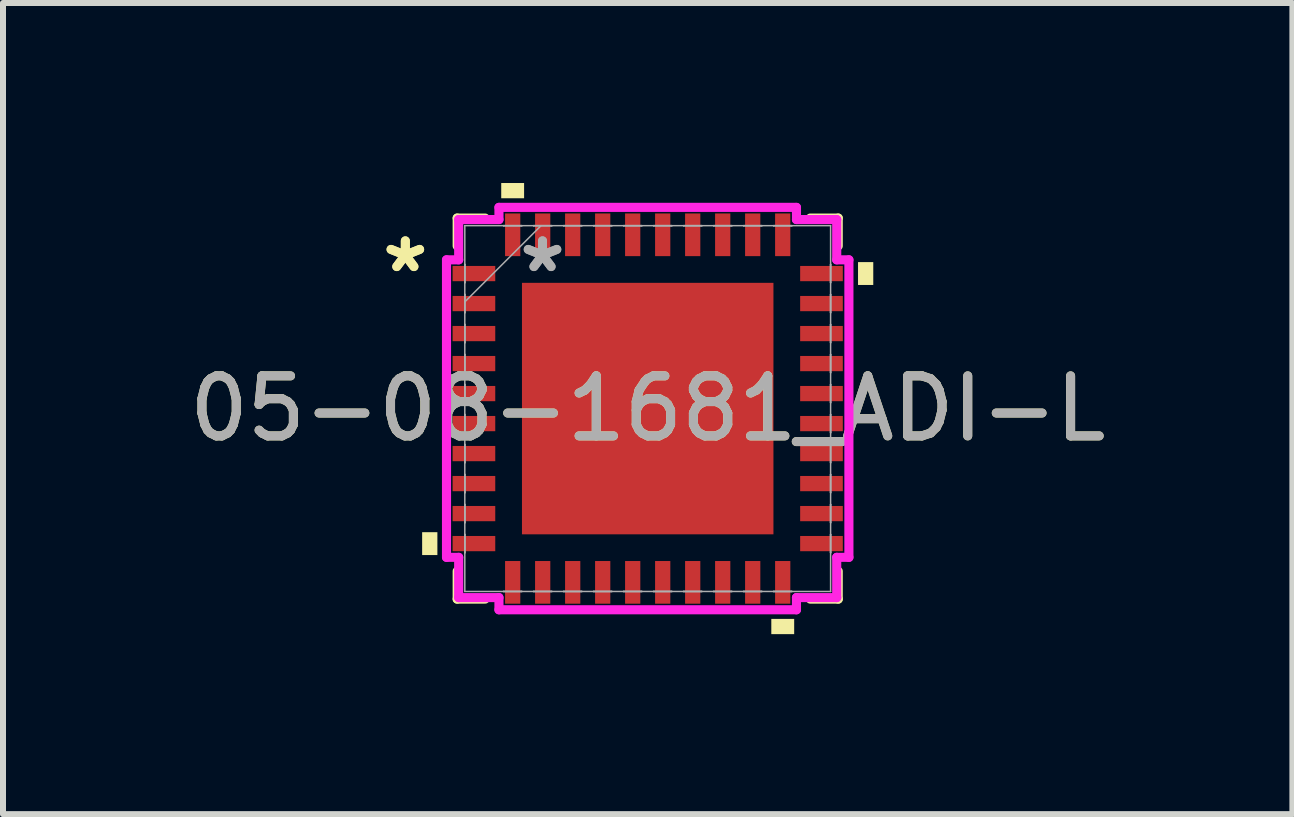
<source format=kicad_pcb>
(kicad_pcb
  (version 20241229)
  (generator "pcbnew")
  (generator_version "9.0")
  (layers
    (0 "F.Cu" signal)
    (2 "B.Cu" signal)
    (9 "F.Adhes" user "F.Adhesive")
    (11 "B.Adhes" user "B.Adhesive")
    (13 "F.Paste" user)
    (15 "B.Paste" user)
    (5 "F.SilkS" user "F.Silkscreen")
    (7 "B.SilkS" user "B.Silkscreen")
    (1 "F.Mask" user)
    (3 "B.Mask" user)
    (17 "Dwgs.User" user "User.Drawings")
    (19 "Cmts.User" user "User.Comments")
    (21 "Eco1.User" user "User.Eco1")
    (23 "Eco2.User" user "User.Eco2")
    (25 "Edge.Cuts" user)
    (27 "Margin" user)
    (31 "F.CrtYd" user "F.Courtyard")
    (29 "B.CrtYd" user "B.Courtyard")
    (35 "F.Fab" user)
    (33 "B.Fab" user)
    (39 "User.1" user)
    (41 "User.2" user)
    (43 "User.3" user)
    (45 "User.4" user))
  (footprint "05-08-1681_ADI-L"
    (layer "F.Cu")
    (at 7.744 3.759)
    (property "Reference" "05-08-1681_ADI-L" (at 0 0 0) (unlocked yes) (layer "F.SilkS") (effects (font (size 1 1) (thickness 0.15))))
    (attr smd)
    (fp_line (start -3.175 -3.175) (end -3.175 -2.71) (stroke (width 0.152) (type solid)) (layer "F.SilkS"))
    (fp_line (start -3.175 2.71) (end -3.175 3.175) (stroke (width 0.152) (type solid)) (layer "F.SilkS"))
    (fp_line (start -3.175 3.175) (end -2.71 3.175) (stroke (width 0.152) (type solid)) (layer "F.SilkS"))
    (fp_line (start -2.71 -3.175) (end -3.175 -3.175) (stroke (width 0.152) (type solid)) (layer "F.SilkS"))
    (fp_line (start 2.71 3.175) (end 3.175 3.175) (stroke (width 0.152) (type solid)) (layer "F.SilkS"))
    (fp_line (start 3.175 -3.175) (end 2.71 -3.175) (stroke (width 0.152) (type solid)) (layer "F.SilkS"))
    (fp_line (start 3.175 -2.71) (end 3.175 -3.175) (stroke (width 0.152) (type solid)) (layer "F.SilkS"))
    (fp_line (start 3.175 3.175) (end 3.175 2.71) (stroke (width 0.152) (type solid)) (layer "F.SilkS"))
    (fp_poly (pts (xy -3.759 2.06) (xy -3.759 2.441) (xy -3.505 2.441) (xy -3.505 2.06)) (stroke (width 0) (type solid)) (fill yes) (layer "F.SilkS"))
    (fp_poly (pts (xy -2.441 -3.505) (xy -2.441 -3.759) (xy -2.06 -3.759) (xy -2.06 -3.505)) (stroke (width 0) (type solid)) (fill yes) (layer "F.SilkS"))
    (fp_poly (pts (xy 2.06 3.505) (xy 2.06 3.759) (xy 2.441 3.759) (xy 2.441 3.505)) (stroke (width 0) (type solid)) (fill yes) (layer "F.SilkS"))
    (fp_poly (pts (xy 3.759 -2.441) (xy 3.759 -2.06) (xy 3.505 -2.06) (xy 3.505 -2.441)) (stroke (width 0) (type solid)) (fill yes) (layer "F.SilkS"))
    (fp_line (start -3.353 -2.479) (end -3.15 -2.479) (stroke (width 0.152) (type solid)) (layer "F.CrtYd"))
    (fp_line (start -3.353 2.479) (end -3.353 -2.479) (stroke (width 0.152) (type solid)) (layer "F.CrtYd"))
    (fp_line (start -3.15 -3.15) (end -2.479 -3.15) (stroke (width 0.152) (type solid)) (layer "F.CrtYd"))
    (fp_line (start -3.15 -2.479) (end -3.15 -3.15) (stroke (width 0.152) (type solid)) (layer "F.CrtYd"))
    (fp_line (start -3.15 2.479) (end -3.353 2.479) (stroke (width 0.152) (type solid)) (layer "F.CrtYd"))
    (fp_line (start -3.15 3.15) (end -3.15 2.479) (stroke (width 0.152) (type solid)) (layer "F.CrtYd"))
    (fp_line (start -2.479 -3.353) (end 2.479 -3.353) (stroke (width 0.152) (type solid)) (layer "F.CrtYd"))
    (fp_line (start -2.479 -3.15) (end -2.479 -3.353) (stroke (width 0.152) (type solid)) (layer "F.CrtYd"))
    (fp_line (start -2.479 3.15) (end -3.15 3.15) (stroke (width 0.152) (type solid)) (layer "F.CrtYd"))
    (fp_line (start -2.479 3.353) (end -2.479 3.15) (stroke (width 0.152) (type solid)) (layer "F.CrtYd"))
    (fp_line (start 2.479 -3.353) (end 2.479 -3.15) (stroke (width 0.152) (type solid)) (layer "F.CrtYd"))
    (fp_line (start 2.479 -3.15) (end 3.15 -3.15) (stroke (width 0.152) (type solid)) (layer "F.CrtYd"))
    (fp_line (start 2.479 3.15) (end 2.479 3.353) (stroke (width 0.152) (type solid)) (layer "F.CrtYd"))
    (fp_line (start 2.479 3.353) (end -2.479 3.353) (stroke (width 0.152) (type solid)) (layer "F.CrtYd"))
    (fp_line (start 3.15 -3.15) (end 3.15 -2.479) (stroke (width 0.152) (type solid)) (layer "F.CrtYd"))
    (fp_line (start 3.15 -2.479) (end 3.353 -2.479) (stroke (width 0.152) (type solid)) (layer "F.CrtYd"))
    (fp_line (start 3.15 2.479) (end 3.15 3.15) (stroke (width 0.152) (type solid)) (layer "F.CrtYd"))
    (fp_line (start 3.15 3.15) (end 2.479 3.15) (stroke (width 0.152) (type solid)) (layer "F.CrtYd"))
    (fp_line (start 3.353 -2.479) (end 3.353 2.479) (stroke (width 0.152) (type solid)) (layer "F.CrtYd"))
    (fp_line (start 3.353 2.479) (end 3.15 2.479) (stroke (width 0.152) (type solid)) (layer "F.CrtYd"))
    (fp_line (start -3.048 -3.048) (end -3.048 3.048) (stroke (width 0.025) (type solid)) (layer "F.Fab"))
    (fp_line (start -3.048 -2.402) (end -3.048 -2.402) (stroke (width 0.025) (type solid)) (layer "F.Fab"))
    (fp_line (start -3.048 -2.402) (end -3.048 -2.098) (stroke (width 0.025) (type solid)) (layer "F.Fab"))
    (fp_line (start -3.048 -2.098) (end -3.048 -2.402) (stroke (width 0.025) (type solid)) (layer "F.Fab"))
    (fp_line (start -3.048 -2.098) (end -3.048 -2.098) (stroke (width 0.025) (type solid)) (layer "F.Fab"))
    (fp_line (start -3.048 -1.902) (end -3.048 -1.902) (stroke (width 0.025) (type solid)) (layer "F.Fab"))
    (fp_line (start -3.048 -1.902) (end -3.048 -1.598) (stroke (width 0.025) (type solid)) (layer "F.Fab"))
    (fp_line (start -3.048 -1.778) (end -1.778 -3.048) (stroke (width 0.025) (type solid)) (layer "F.Fab"))
    (fp_line (start -3.048 -1.598) (end -3.048 -1.902) (stroke (width 0.025) (type solid)) (layer "F.Fab"))
    (fp_line (start -3.048 -1.598) (end -3.048 -1.598) (stroke (width 0.025) (type solid)) (layer "F.Fab"))
    (fp_line (start -3.048 -1.402) (end -3.048 -1.402) (stroke (width 0.025) (type solid)) (layer "F.Fab"))
    (fp_line (start -3.048 -1.402) (end -3.048 -1.098) (stroke (width 0.025) (type solid)) (layer "F.Fab"))
    (fp_line (start -3.048 -1.098) (end -3.048 -1.402) (stroke (width 0.025) (type solid)) (layer "F.Fab"))
    (fp_line (start -3.048 -1.098) (end -3.048 -1.098) (stroke (width 0.025) (type solid)) (layer "F.Fab"))
    (fp_line (start -3.048 -0.902) (end -3.048 -0.902) (stroke (width 0.025) (type solid)) (layer "F.Fab"))
    (fp_line (start -3.048 -0.902) (end -3.048 -0.598) (stroke (width 0.025) (type solid)) (layer "F.Fab"))
    (fp_line (start -3.048 -0.598) (end -3.048 -0.902) (stroke (width 0.025) (type solid)) (layer "F.Fab"))
    (fp_line (start -3.048 -0.598) (end -3.048 -0.598) (stroke (width 0.025) (type solid)) (layer "F.Fab"))
    (fp_line (start -3.048 -0.402) (end -3.048 -0.402) (stroke (width 0.025) (type solid)) (layer "F.Fab"))
    (fp_line (start -3.048 -0.402) (end -3.048 -0.098) (stroke (width 0.025) (type solid)) (layer "F.Fab"))
    (fp_line (start -3.048 -0.098) (end -3.048 -0.402) (stroke (width 0.025) (type solid)) (layer "F.Fab"))
    (fp_line (start -3.048 -0.098) (end -3.048 -0.098) (stroke (width 0.025) (type solid)) (layer "F.Fab"))
    (fp_line (start -3.048 0.098) (end -3.048 0.098) (stroke (width 0.025) (type solid)) (layer "F.Fab"))
    (fp_line (start -3.048 0.098) (end -3.048 0.402) (stroke (width 0.025) (type solid)) (layer "F.Fab"))
    (fp_line (start -3.048 0.402) (end -3.048 0.098) (stroke (width 0.025) (type solid)) (layer "F.Fab"))
    (fp_line (start -3.048 0.402) (end -3.048 0.402) (stroke (width 0.025) (type solid)) (layer "F.Fab"))
    (fp_line (start -3.048 0.598) (end -3.048 0.598) (stroke (width 0.025) (type solid)) (layer "F.Fab"))
    (fp_line (start -3.048 0.598) (end -3.048 0.902) (stroke (width 0.025) (type solid)) (layer "F.Fab"))
    (fp_line (start -3.048 0.902) (end -3.048 0.598) (stroke (width 0.025) (type solid)) (layer "F.Fab"))
    (fp_line (start -3.048 0.902) (end -3.048 0.902) (stroke (width 0.025) (type solid)) (layer "F.Fab"))
    (fp_line (start -3.048 1.098) (end -3.048 1.098) (stroke (width 0.025) (type solid)) (layer "F.Fab"))
    (fp_line (start -3.048 1.098) (end -3.048 1.402) (stroke (width 0.025) (type solid)) (layer "F.Fab"))
    (fp_line (start -3.048 1.402) (end -3.048 1.098) (stroke (width 0.025) (type solid)) (layer "F.Fab"))
    (fp_line (start -3.048 1.402) (end -3.048 1.402) (stroke (width 0.025) (type solid)) (layer "F.Fab"))
    (fp_line (start -3.048 1.598) (end -3.048 1.598) (stroke (width 0.025) (type solid)) (layer "F.Fab"))
    (fp_line (start -3.048 1.598) (end -3.048 1.902) (stroke (width 0.025) (type solid)) (layer "F.Fab"))
    (fp_line (start -3.048 1.902) (end -3.048 1.598) (stroke (width 0.025) (type solid)) (layer "F.Fab"))
    (fp_line (start -3.048 1.902) (end -3.048 1.902) (stroke (width 0.025) (type solid)) (layer "F.Fab"))
    (fp_line (start -3.048 2.098) (end -3.048 2.098) (stroke (width 0.025) (type solid)) (layer "F.Fab"))
    (fp_line (start -3.048 2.098) (end -3.048 2.402) (stroke (width 0.025) (type solid)) (layer "F.Fab"))
    (fp_line (start -3.048 2.402) (end -3.048 2.098) (stroke (width 0.025) (type solid)) (layer "F.Fab"))
    (fp_line (start -3.048 2.402) (end -3.048 2.402) (stroke (width 0.025) (type solid)) (layer "F.Fab"))
    (fp_line (start -3.048 3.048) (end 3.048 3.048) (stroke (width 0.025) (type solid)) (layer "F.Fab"))
    (fp_line (start -2.402 -3.048) (end -2.402 -3.048) (stroke (width 0.025) (type solid)) (layer "F.Fab"))
    (fp_line (start -2.402 -3.048) (end -2.098 -3.048) (stroke (width 0.025) (type solid)) (layer "F.Fab"))
    (fp_line (start -2.402 3.048) (end -2.402 3.048) (stroke (width 0.025) (type solid)) (layer "F.Fab"))
    (fp_line (start -2.402 3.048) (end -2.098 3.048) (stroke (width 0.025) (type solid)) (layer "F.Fab"))
    (fp_line (start -2.098 -3.048) (end -2.402 -3.048) (stroke (width 0.025) (type solid)) (layer "F.Fab"))
    (fp_line (start -2.098 -3.048) (end -2.098 -3.048) (stroke (width 0.025) (type solid)) (layer "F.Fab"))
    (fp_line (start -2.098 3.048) (end -2.402 3.048) (stroke (width 0.025) (type solid)) (layer "F.Fab"))
    (fp_line (start -2.098 3.048) (end -2.098 3.048) (stroke (width 0.025) (type solid)) (layer "F.Fab"))
    (fp_line (start -1.902 -3.048) (end -1.902 -3.048) (stroke (width 0.025) (type solid)) (layer "F.Fab"))
    (fp_line (start -1.902 -3.048) (end -1.598 -3.048) (stroke (width 0.025) (type solid)) (layer "F.Fab"))
    (fp_line (start -1.902 3.048) (end -1.902 3.048) (stroke (width 0.025) (type solid)) (layer "F.Fab"))
    (fp_line (start -1.902 3.048) (end -1.598 3.048) (stroke (width 0.025) (type solid)) (layer "F.Fab"))
    (fp_line (start -1.598 -3.048) (end -1.902 -3.048) (stroke (width 0.025) (type solid)) (layer "F.Fab"))
    (fp_line (start -1.598 -3.048) (end -1.598 -3.048) (stroke (width 0.025) (type solid)) (layer "F.Fab"))
    (fp_line (start -1.598 3.048) (end -1.902 3.048) (stroke (width 0.025) (type solid)) (layer "F.Fab"))
    (fp_line (start -1.598 3.048) (end -1.598 3.048) (stroke (width 0.025) (type solid)) (layer "F.Fab"))
    (fp_line (start -1.402 -3.048) (end -1.402 -3.048) (stroke (width 0.025) (type solid)) (layer "F.Fab"))
    (fp_line (start -1.402 -3.048) (end -1.098 -3.048) (stroke (width 0.025) (type solid)) (layer "F.Fab"))
    (fp_line (start -1.402 3.048) (end -1.402 3.048) (stroke (width 0.025) (type solid)) (layer "F.Fab"))
    (fp_line (start -1.402 3.048) (end -1.098 3.048) (stroke (width 0.025) (type solid)) (layer "F.Fab"))
    (fp_line (start -1.098 -3.048) (end -1.402 -3.048) (stroke (width 0.025) (type solid)) (layer "F.Fab"))
    (fp_line (start -1.098 -3.048) (end -1.098 -3.048) (stroke (width 0.025) (type solid)) (layer "F.Fab"))
    (fp_line (start -1.098 3.048) (end -1.402 3.048) (stroke (width 0.025) (type solid)) (layer "F.Fab"))
    (fp_line (start -1.098 3.048) (end -1.098 3.048) (stroke (width 0.025) (type solid)) (layer "F.Fab"))
    (fp_line (start -0.902 -3.048) (end -0.902 -3.048) (stroke (width 0.025) (type solid)) (layer "F.Fab"))
    (fp_line (start -0.902 -3.048) (end -0.598 -3.048) (stroke (width 0.025) (type solid)) (layer "F.Fab"))
    (fp_line (start -0.902 3.048) (end -0.902 3.048) (stroke (width 0.025) (type solid)) (layer "F.Fab"))
    (fp_line (start -0.902 3.048) (end -0.598 3.048) (stroke (width 0.025) (type solid)) (layer "F.Fab"))
    (fp_line (start -0.598 -3.048) (end -0.902 -3.048) (stroke (width 0.025) (type solid)) (layer "F.Fab"))
    (fp_line (start -0.598 -3.048) (end -0.598 -3.048) (stroke (width 0.025) (type solid)) (layer "F.Fab"))
    (fp_line (start -0.598 3.048) (end -0.902 3.048) (stroke (width 0.025) (type solid)) (layer "F.Fab"))
    (fp_line (start -0.598 3.048) (end -0.598 3.048) (stroke (width 0.025) (type solid)) (layer "F.Fab"))
    (fp_line (start -0.402 -3.048) (end -0.402 -3.048) (stroke (width 0.025) (type solid)) (layer "F.Fab"))
    (fp_line (start -0.402 -3.048) (end -0.098 -3.048) (stroke (width 0.025) (type solid)) (layer "F.Fab"))
    (fp_line (start -0.402 3.048) (end -0.402 3.048) (stroke (width 0.025) (type solid)) (layer "F.Fab"))
    (fp_line (start -0.402 3.048) (end -0.098 3.048) (stroke (width 0.025) (type solid)) (layer "F.Fab"))
    (fp_line (start -0.098 -3.048) (end -0.402 -3.048) (stroke (width 0.025) (type solid)) (layer "F.Fab"))
    (fp_line (start -0.098 -3.048) (end -0.098 -3.048) (stroke (width 0.025) (type solid)) (layer "F.Fab"))
    (fp_line (start -0.098 3.048) (end -0.402 3.048) (stroke (width 0.025) (type solid)) (layer "F.Fab"))
    (fp_line (start -0.098 3.048) (end -0.098 3.048) (stroke (width 0.025) (type solid)) (layer "F.Fab"))
    (fp_line (start 0.098 -3.048) (end 0.098 -3.048) (stroke (width 0.025) (type solid)) (layer "F.Fab"))
    (fp_line (start 0.098 -3.048) (end 0.402 -3.048) (stroke (width 0.025) (type solid)) (layer "F.Fab"))
    (fp_line (start 0.098 3.048) (end 0.098 3.048) (stroke (width 0.025) (type solid)) (layer "F.Fab"))
    (fp_line (start 0.098 3.048) (end 0.402 3.048) (stroke (width 0.025) (type solid)) (layer "F.Fab"))
    (fp_line (start 0.402 -3.048) (end 0.098 -3.048) (stroke (width 0.025) (type solid)) (layer "F.Fab"))
    (fp_line (start 0.402 -3.048) (end 0.402 -3.048) (stroke (width 0.025) (type solid)) (layer "F.Fab"))
    (fp_line (start 0.402 3.048) (end 0.098 3.048) (stroke (width 0.025) (type solid)) (layer "F.Fab"))
    (fp_line (start 0.402 3.048) (end 0.402 3.048) (stroke (width 0.025) (type solid)) (layer "F.Fab"))
    (fp_line (start 0.598 -3.048) (end 0.598 -3.048) (stroke (width 0.025) (type solid)) (layer "F.Fab"))
    (fp_line (start 0.598 -3.048) (end 0.902 -3.048) (stroke (width 0.025) (type solid)) (layer "F.Fab"))
    (fp_line (start 0.598 3.048) (end 0.598 3.048) (stroke (width 0.025) (type solid)) (layer "F.Fab"))
    (fp_line (start 0.598 3.048) (end 0.902 3.048) (stroke (width 0.025) (type solid)) (layer "F.Fab"))
    (fp_line (start 0.902 -3.048) (end 0.598 -3.048) (stroke (width 0.025) (type solid)) (layer "F.Fab"))
    (fp_line (start 0.902 -3.048) (end 0.902 -3.048) (stroke (width 0.025) (type solid)) (layer "F.Fab"))
    (fp_line (start 0.902 3.048) (end 0.598 3.048) (stroke (width 0.025) (type solid)) (layer "F.Fab"))
    (fp_line (start 0.902 3.048) (end 0.902 3.048) (stroke (width 0.025) (type solid)) (layer "F.Fab"))
    (fp_line (start 1.098 -3.048) (end 1.098 -3.048) (stroke (width 0.025) (type solid)) (layer "F.Fab"))
    (fp_line (start 1.098 -3.048) (end 1.402 -3.048) (stroke (width 0.025) (type solid)) (layer "F.Fab"))
    (fp_line (start 1.098 3.048) (end 1.098 3.048) (stroke (width 0.025) (type solid)) (layer "F.Fab"))
    (fp_line (start 1.098 3.048) (end 1.402 3.048) (stroke (width 0.025) (type solid)) (layer "F.Fab"))
    (fp_line (start 1.402 -3.048) (end 1.098 -3.048) (stroke (width 0.025) (type solid)) (layer "F.Fab"))
    (fp_line (start 1.402 -3.048) (end 1.402 -3.048) (stroke (width 0.025) (type solid)) (layer "F.Fab"))
    (fp_line (start 1.402 3.048) (end 1.098 3.048) (stroke (width 0.025) (type solid)) (layer "F.Fab"))
    (fp_line (start 1.402 3.048) (end 1.402 3.048) (stroke (width 0.025) (type solid)) (layer "F.Fab"))
    (fp_line (start 1.598 -3.048) (end 1.598 -3.048) (stroke (width 0.025) (type solid)) (layer "F.Fab"))
    (fp_line (start 1.598 -3.048) (end 1.902 -3.048) (stroke (width 0.025) (type solid)) (layer "F.Fab"))
    (fp_line (start 1.598 3.048) (end 1.598 3.048) (stroke (width 0.025) (type solid)) (layer "F.Fab"))
    (fp_line (start 1.598 3.048) (end 1.902 3.048) (stroke (width 0.025) (type solid)) (layer "F.Fab"))
    (fp_line (start 1.902 -3.048) (end 1.598 -3.048) (stroke (width 0.025) (type solid)) (layer "F.Fab"))
    (fp_line (start 1.902 -3.048) (end 1.902 -3.048) (stroke (width 0.025) (type solid)) (layer "F.Fab"))
    (fp_line (start 1.902 3.048) (end 1.598 3.048) (stroke (width 0.025) (type solid)) (layer "F.Fab"))
    (fp_line (start 1.902 3.048) (end 1.902 3.048) (stroke (width 0.025) (type solid)) (layer "F.Fab"))
    (fp_line (start 2.098 -3.048) (end 2.098 -3.048) (stroke (width 0.025) (type solid)) (layer "F.Fab"))
    (fp_line (start 2.098 -3.048) (end 2.402 -3.048) (stroke (width 0.025) (type solid)) (layer "F.Fab"))
    (fp_line (start 2.098 3.048) (end 2.098 3.048) (stroke (width 0.025) (type solid)) (layer "F.Fab"))
    (fp_line (start 2.098 3.048) (end 2.402 3.048) (stroke (width 0.025) (type solid)) (layer "F.Fab"))
    (fp_line (start 2.402 -3.048) (end 2.098 -3.048) (stroke (width 0.025) (type solid)) (layer "F.Fab"))
    (fp_line (start 2.402 -3.048) (end 2.402 -3.048) (stroke (width 0.025) (type solid)) (layer "F.Fab"))
    (fp_line (start 2.402 3.048) (end 2.098 3.048) (stroke (width 0.025) (type solid)) (layer "F.Fab"))
    (fp_line (start 2.402 3.048) (end 2.402 3.048) (stroke (width 0.025) (type solid)) (layer "F.Fab"))
    (fp_line (start 3.048 -3.048) (end -3.048 -3.048) (stroke (width 0.025) (type solid)) (layer "F.Fab"))
    (fp_line (start 3.048 -2.402) (end 3.048 -2.402) (stroke (width 0.025) (type solid)) (layer "F.Fab"))
    (fp_line (start 3.048 -2.402) (end 3.048 -2.098) (stroke (width 0.025) (type solid)) (layer "F.Fab"))
    (fp_line (start 3.048 -2.098) (end 3.048 -2.402) (stroke (width 0.025) (type solid)) (layer "F.Fab"))
    (fp_line (start 3.048 -2.098) (end 3.048 -2.098) (stroke (width 0.025) (type solid)) (layer "F.Fab"))
    (fp_line (start 3.048 -1.902) (end 3.048 -1.902) (stroke (width 0.025) (type solid)) (layer "F.Fab"))
    (fp_line (start 3.048 -1.902) (end 3.048 -1.598) (stroke (width 0.025) (type solid)) (layer "F.Fab"))
    (fp_line (start 3.048 -1.598) (end 3.048 -1.902) (stroke (width 0.025) (type solid)) (layer "F.Fab"))
    (fp_line (start 3.048 -1.598) (end 3.048 -1.598) (stroke (width 0.025) (type solid)) (layer "F.Fab"))
    (fp_line (start 3.048 -1.402) (end 3.048 -1.402) (stroke (width 0.025) (type solid)) (layer "F.Fab"))
    (fp_line (start 3.048 -1.402) (end 3.048 -1.098) (stroke (width 0.025) (type solid)) (layer "F.Fab"))
    (fp_line (start 3.048 -1.098) (end 3.048 -1.402) (stroke (width 0.025) (type solid)) (layer "F.Fab"))
    (fp_line (start 3.048 -1.098) (end 3.048 -1.098) (stroke (width 0.025) (type solid)) (layer "F.Fab"))
    (fp_line (start 3.048 -0.902) (end 3.048 -0.902) (stroke (width 0.025) (type solid)) (layer "F.Fab"))
    (fp_line (start 3.048 -0.902) (end 3.048 -0.598) (stroke (width 0.025) (type solid)) (layer "F.Fab"))
    (fp_line (start 3.048 -0.598) (end 3.048 -0.902) (stroke (width 0.025) (type solid)) (layer "F.Fab"))
    (fp_line (start 3.048 -0.598) (end 3.048 -0.598) (stroke (width 0.025) (type solid)) (layer "F.Fab"))
    (fp_line (start 3.048 -0.402) (end 3.048 -0.402) (stroke (width 0.025) (type solid)) (layer "F.Fab"))
    (fp_line (start 3.048 -0.402) (end 3.048 -0.098) (stroke (width 0.025) (type solid)) (layer "F.Fab"))
    (fp_line (start 3.048 -0.098) (end 3.048 -0.402) (stroke (width 0.025) (type solid)) (layer "F.Fab"))
    (fp_line (start 3.048 -0.098) (end 3.048 -0.098) (stroke (width 0.025) (type solid)) (layer "F.Fab"))
    (fp_line (start 3.048 0.098) (end 3.048 0.098) (stroke (width 0.025) (type solid)) (layer "F.Fab"))
    (fp_line (start 3.048 0.098) (end 3.048 0.402) (stroke (width 0.025) (type solid)) (layer "F.Fab"))
    (fp_line (start 3.048 0.402) (end 3.048 0.098) (stroke (width 0.025) (type solid)) (layer "F.Fab"))
    (fp_line (start 3.048 0.402) (end 3.048 0.402) (stroke (width 0.025) (type solid)) (layer "F.Fab"))
    (fp_line (start 3.048 0.598) (end 3.048 0.598) (stroke (width 0.025) (type solid)) (layer "F.Fab"))
    (fp_line (start 3.048 0.598) (end 3.048 0.902) (stroke (width 0.025) (type solid)) (layer "F.Fab"))
    (fp_line (start 3.048 0.902) (end 3.048 0.598) (stroke (width 0.025) (type solid)) (layer "F.Fab"))
    (fp_line (start 3.048 0.902) (end 3.048 0.902) (stroke (width 0.025) (type solid)) (layer "F.Fab"))
    (fp_line (start 3.048 1.098) (end 3.048 1.098) (stroke (width 0.025) (type solid)) (layer "F.Fab"))
    (fp_line (start 3.048 1.098) (end 3.048 1.402) (stroke (width 0.025) (type solid)) (layer "F.Fab"))
    (fp_line (start 3.048 1.402) (end 3.048 1.098) (stroke (width 0.025) (type solid)) (layer "F.Fab"))
    (fp_line (start 3.048 1.402) (end 3.048 1.402) (stroke (width 0.025) (type solid)) (layer "F.Fab"))
    (fp_line (start 3.048 1.598) (end 3.048 1.598) (stroke (width 0.025) (type solid)) (layer "F.Fab"))
    (fp_line (start 3.048 1.598) (end 3.048 1.902) (stroke (width 0.025) (type solid)) (layer "F.Fab"))
    (fp_line (start 3.048 1.902) (end 3.048 1.598) (stroke (width 0.025) (type solid)) (layer "F.Fab"))
    (fp_line (start 3.048 1.902) (end 3.048 1.902) (stroke (width 0.025) (type solid)) (layer "F.Fab"))
    (fp_line (start 3.048 2.098) (end 3.048 2.098) (stroke (width 0.025) (type solid)) (layer "F.Fab"))
    (fp_line (start 3.048 2.098) (end 3.048 2.402) (stroke (width 0.025) (type solid)) (layer "F.Fab"))
    (fp_line (start 3.048 2.402) (end 3.048 2.098) (stroke (width 0.025) (type solid)) (layer "F.Fab"))
    (fp_line (start 3.048 2.402) (end 3.048 2.402) (stroke (width 0.025) (type solid)) (layer "F.Fab"))
    (fp_line (start 3.048 3.048) (end 3.048 -3.048) (stroke (width 0.025) (type solid)) (layer "F.Fab"))
    (fp_text user "*" (at -4.039 -2.25 0) (unlocked yes) (layer "F.SilkS") (effects (font (size 1 1) (thickness 0.15))))
    (fp_text user "*" (at -4.039 -2.25 0) (layer "F.SilkS") (effects (font (size 1 1) (thickness 0.15))))
    (fp_text user "*" (at -1.753 -2.25 0) (unlocked yes) (layer "F.Fab") (effects (font (size 1 1) (thickness 0.15))))
    (fp_text user "${REFERENCE}" (at 0 0 0) (unlocked yes) (layer "F.Fab") (effects (font (size 1 1) (thickness 0.15))))
    (fp_text user "*" (at -1.753 -2.25 0) (layer "F.Fab") (effects (font (size 1 1) (thickness 0.15))))
    (pad "1" smd rect (at -2.896 -2.25 90) (size 0.254 0.711) (layers "F.Cu" "F.Mask" "F.Paste"))
    (pad "2" smd rect (at -2.896 -1.75 90) (size 0.254 0.711) (layers "F.Cu" "F.Mask" "F.Paste"))
    (pad "3" smd rect (at -2.896 -1.25 90) (size 0.254 0.711) (layers "F.Cu" "F.Mask" "F.Paste"))
    (pad "4" smd rect (at -2.896 -0.75 90) (size 0.254 0.711) (layers "F.Cu" "F.Mask" "F.Paste"))
    (pad "5" smd rect (at -2.896 -0.25 90) (size 0.254 0.711) (layers "F.Cu" "F.Mask" "F.Paste"))
    (pad "6" smd rect (at -2.896 0.25 90) (size 0.254 0.711) (layers "F.Cu" "F.Mask" "F.Paste"))
    (pad "7" smd rect (at -2.896 0.75 90) (size 0.254 0.711) (layers "F.Cu" "F.Mask" "F.Paste"))
    (pad "8" smd rect (at -2.896 1.25 90) (size 0.254 0.711) (layers "F.Cu" "F.Mask" "F.Paste"))
    (pad "9" smd rect (at -2.896 1.75 90) (size 0.254 0.711) (layers "F.Cu" "F.Mask" "F.Paste"))
    (pad "10" smd rect (at -2.896 2.25 90) (size 0.254 0.711) (layers "F.Cu" "F.Mask" "F.Paste"))
    (pad "11" smd rect (at -2.25 2.896) (size 0.254 0.711) (layers "F.Cu" "F.Mask" "F.Paste"))
    (pad "12" smd rect (at -1.75 2.896) (size 0.254 0.711) (layers "F.Cu" "F.Mask" "F.Paste"))
    (pad "13" smd rect (at -1.25 2.896) (size 0.254 0.711) (layers "F.Cu" "F.Mask" "F.Paste"))
    (pad "14" smd rect (at -0.75 2.896) (size 0.254 0.711) (layers "F.Cu" "F.Mask" "F.Paste"))
    (pad "15" smd rect (at -0.25 2.896) (size 0.254 0.711) (layers "F.Cu" "F.Mask" "F.Paste"))
    (pad "16" smd rect (at 0.25 2.896) (size 0.254 0.711) (layers "F.Cu" "F.Mask" "F.Paste"))
    (pad "17" smd rect (at 0.75 2.896) (size 0.254 0.711) (layers "F.Cu" "F.Mask" "F.Paste"))
    (pad "18" smd rect (at 1.25 2.896) (size 0.254 0.711) (layers "F.Cu" "F.Mask" "F.Paste"))
    (pad "19" smd rect (at 1.75 2.896) (size 0.254 0.711) (layers "F.Cu" "F.Mask" "F.Paste"))
    (pad "20" smd rect (at 2.25 2.896) (size 0.254 0.711) (layers "F.Cu" "F.Mask" "F.Paste"))
    (pad "21" smd rect (at 2.896 2.25 90) (size 0.254 0.711) (layers "F.Cu" "F.Mask" "F.Paste"))
    (pad "22" smd rect (at 2.896 1.75 90) (size 0.254 0.711) (layers "F.Cu" "F.Mask" "F.Paste"))
    (pad "23" smd rect (at 2.896 1.25 90) (size 0.254 0.711) (layers "F.Cu" "F.Mask" "F.Paste"))
    (pad "24" smd rect (at 2.896 0.75 90) (size 0.254 0.711) (layers "F.Cu" "F.Mask" "F.Paste"))
    (pad "25" smd rect (at 2.896 0.25 90) (size 0.254 0.711) (layers "F.Cu" "F.Mask" "F.Paste"))
    (pad "26" smd rect (at 2.896 -0.25 90) (size 0.254 0.711) (layers "F.Cu" "F.Mask" "F.Paste"))
    (pad "27" smd rect (at 2.896 -0.75 90) (size 0.254 0.711) (layers "F.Cu" "F.Mask" "F.Paste"))
    (pad "28" smd rect (at 2.896 -1.25 90) (size 0.254 0.711) (layers "F.Cu" "F.Mask" "F.Paste"))
    (pad "29" smd rect (at 2.896 -1.75 90) (size 0.254 0.711) (layers "F.Cu" "F.Mask" "F.Paste"))
    (pad "30" smd rect (at 2.896 -2.25 90) (size 0.254 0.711) (layers "F.Cu" "F.Mask" "F.Paste"))
    (pad "31" smd rect (at 2.25 -2.896) (size 0.254 0.711) (layers "F.Cu" "F.Mask" "F.Paste"))
    (pad "32" smd rect (at 1.75 -2.896) (size 0.254 0.711) (layers "F.Cu" "F.Mask" "F.Paste"))
    (pad "33" smd rect (at 1.25 -2.896) (size 0.254 0.711) (layers "F.Cu" "F.Mask" "F.Paste"))
    (pad "34" smd rect (at 0.75 -2.896) (size 0.254 0.711) (layers "F.Cu" "F.Mask" "F.Paste"))
    (pad "35" smd rect (at 0.25 -2.896) (size 0.254 0.711) (layers "F.Cu" "F.Mask" "F.Paste"))
    (pad "36" smd rect (at -0.25 -2.896) (size 0.254 0.711) (layers "F.Cu" "F.Mask" "F.Paste"))
    (pad "37" smd rect (at -0.75 -2.896) (size 0.254 0.711) (layers "F.Cu" "F.Mask" "F.Paste"))
    (pad "38" smd rect (at -1.25 -2.896) (size 0.254 0.711) (layers "F.Cu" "F.Mask" "F.Paste"))
    (pad "39" smd rect (at -1.75 -2.896) (size 0.254 0.711) (layers "F.Cu" "F.Mask" "F.Paste"))
    (pad "40" smd rect (at -2.25 -2.896) (size 0.254 0.711) (layers "F.Cu" "F.Mask" "F.Paste"))
    (pad "41" smd rect (at 0 0) (size 4.191 4.191) (layers "F.Cu" "F.Mask" "F.Paste")))
  (gr_rect
    (start -3 -3)
    (end 18.488 10.518)
    (stroke (width 0.1) (type default))
    (fill no)
    (layer "Edge.Cuts")))
</source>
